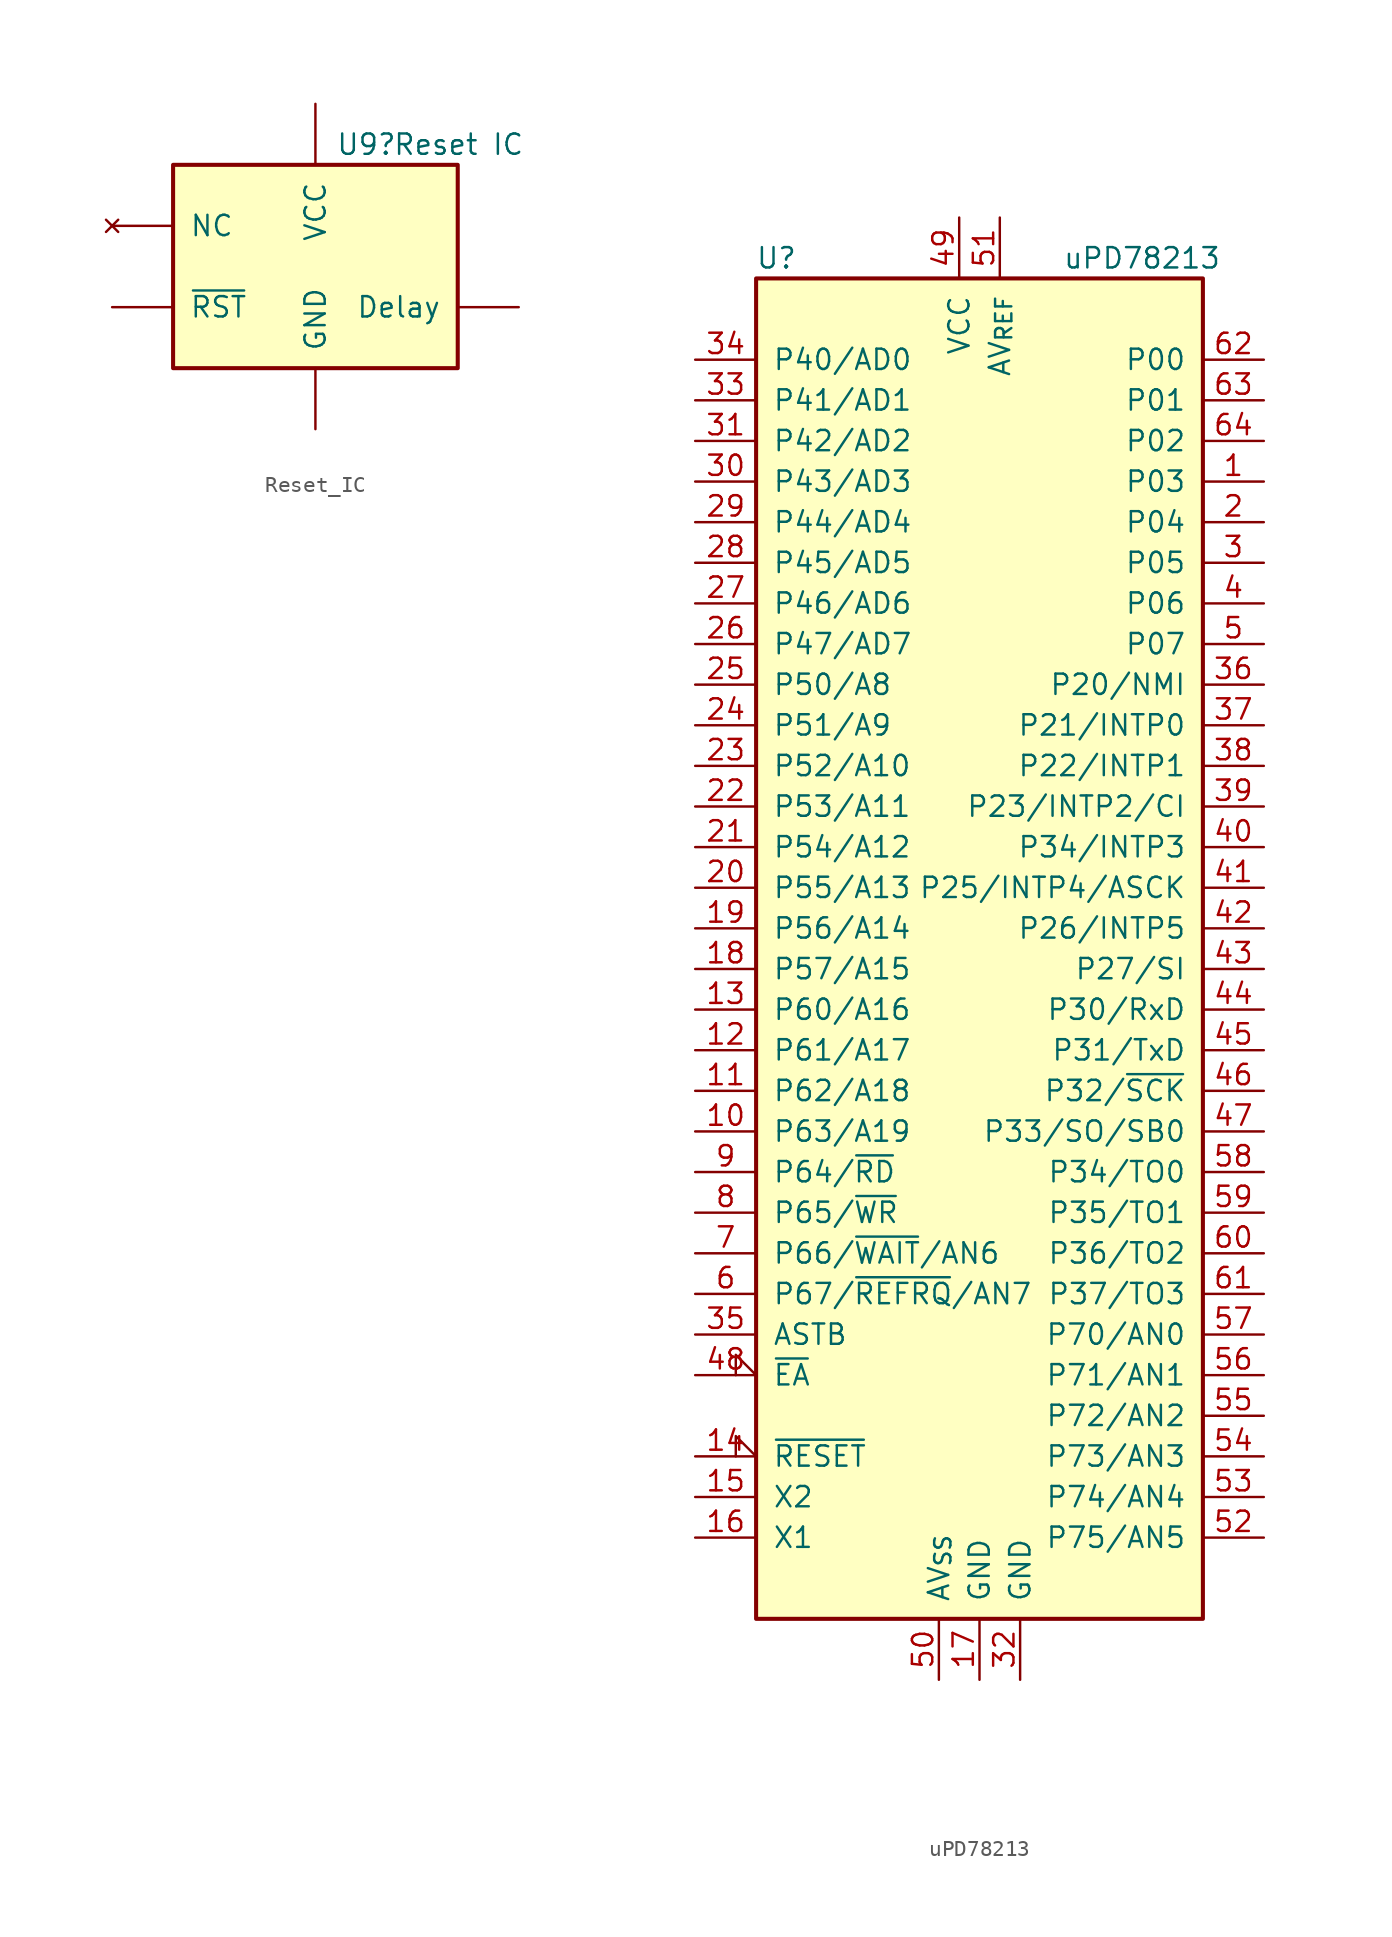
<source format=kicad_sym>
(kicad_symbol_lib
  (version 20231120)
  (generator "kicad_symbol_editor")
  (generator_version "8.0")
  (symbol "Reset_IC"
    (pin_numbers hide)
    (pin_names
      (offset 1.016))
    (property "Reference" "U9"
      (at 1.27 7.62 0)
      (effects (font (size 1.27 1.27)) (justify left)))
    (property "Value" "Reset IC"
      (at 4.826 7.62 0)
      (effects (font (size 1.27 1.27)) (justify left)))
    (symbol "Reset_IC_1_1"
      (rectangle (start -8.89 6.35) (end 8.89 -6.35) (stroke (width 0.254) (type default)) (fill (type background)))
      (pin power_in line (at 0 10.16 270) (length 3.81) (name "VCC" (effects (font (size 1.27 1.27)))) (number "1" (effects (font (size 1.27 1.27)))))
      (pin no_connect line (at -12.7 2.54 0) (length 3.81) (name "NC" (effects (font (size 1.27 1.27)))) (number "2" (effects (font (size 1.27 1.27)))))
      (pin power_in line (at 0 -10.16 90) (length 3.81) (name "GND" (effects (font (size 1.27 1.27)))) (number "3" (effects (font (size 1.27 1.27)))))
      (pin input line (at 12.7 -2.54 180) (length 3.81) (name "Delay" (effects (font (size 1.27 1.27)))) (number "4" (effects (font (size 1.27 1.27)))))
      (pin output line (at -12.7 -2.54 0) (length 3.81) (name "~{RST}" (effects (font (size 1.27 1.27)))) (number "5" (effects (font (size 1.27 1.27)))))))
  (symbol "uPD78213"
    (pin_names
      (offset 1.016))
    (property "Reference" "U"
      (at -12.7 43.18 0)
      (effects (font (size 1.27 1.27))))
    (property "Value" "uPD78213"
      (at 10.16 43.18 0)
      (effects (font (size 1.27 1.27))))
    (symbol "uPD78213_0_1"
      (rectangle (start -13.97 41.91) (end 13.97 -41.91) (stroke (width 0.254) (type default)) (fill (type background))))
    (symbol "uPD78213_1_1"
      (pin output line (at 17.78 29.21 180) (length 3.81) (name "P03" (effects (font (size 1.27 1.27)))) (number "1" (effects (font (size 1.27 1.27)))))
      (pin output line (at -17.78 -11.43 0) (length 3.81) (name "P63/A19" (effects (font (size 1.27 1.27)))) (number "10" (effects (font (size 1.27 1.27)))))
      (pin output line (at -17.78 -8.89 0) (length 3.81) (name "P62/A18" (effects (font (size 1.27 1.27)))) (number "11" (effects (font (size 1.27 1.27)))))
      (pin output line (at -17.78 -6.35 0) (length 3.81) (name "P61/A17" (effects (font (size 1.27 1.27)))) (number "12" (effects (font (size 1.27 1.27)))))
      (pin output line (at -17.78 -3.81 0) (length 3.81) (name "P60/A16" (effects (font (size 1.27 1.27)))) (number "13" (effects (font (size 1.27 1.27)))))
      (pin input input_low (at -17.78 -31.75 0) (length 3.81) (name "~{RESET}" (effects (font (size 1.27 1.27)))) (number "14" (effects (font (size 1.27 1.27)))))
      (pin passive line (at -17.78 -34.29 0) (length 3.81) (name "X2" (effects (font (size 1.27 1.27)))) (number "15" (effects (font (size 1.27 1.27)))))
      (pin input line (at -17.78 -36.83 0) (length 3.81) (name "X1" (effects (font (size 1.27 1.27)))) (number "16" (effects (font (size 1.27 1.27)))))
      (pin power_in line (at 0 -45.72 90) (length 3.81) (name "GND" (effects (font (size 1.27 1.27)))) (number "17" (effects (font (size 1.27 1.27)))))
      (pin bidirectional line (at -17.78 -1.27 0) (length 3.81) (name "P57/A15" (effects (font (size 1.27 1.27)))) (number "18" (effects (font (size 1.27 1.27)))))
      (pin bidirectional line (at -17.78 1.27 0) (length 3.81) (name "P56/A14" (effects (font (size 1.27 1.27)))) (number "19" (effects (font (size 1.27 1.27)))))
      (pin output line (at 17.78 26.67 180) (length 3.81) (name "P04" (effects (font (size 1.27 1.27)))) (number "2" (effects (font (size 1.27 1.27)))))
      (pin bidirectional line (at -17.78 3.81 0) (length 3.81) (name "P55/A13" (effects (font (size 1.27 1.27)))) (number "20" (effects (font (size 1.27 1.27)))))
      (pin bidirectional line (at -17.78 6.35 0) (length 3.81) (name "P54/A12" (effects (font (size 1.27 1.27)))) (number "21" (effects (font (size 1.27 1.27)))))
      (pin bidirectional line (at -17.78 8.89 0) (length 3.81) (name "P53/A11" (effects (font (size 1.27 1.27)))) (number "22" (effects (font (size 1.27 1.27)))))
      (pin bidirectional line (at -17.78 11.43 0) (length 3.81) (name "P52/A10" (effects (font (size 1.27 1.27)))) (number "23" (effects (font (size 1.27 1.27)))))
      (pin bidirectional line (at -17.78 13.97 0) (length 3.81) (name "P51/A9" (effects (font (size 1.27 1.27)))) (number "24" (effects (font (size 1.27 1.27)))))
      (pin bidirectional line (at -17.78 16.51 0) (length 3.81) (name "P50/A8" (effects (font (size 1.27 1.27)))) (number "25" (effects (font (size 1.27 1.27)))))
      (pin bidirectional line (at -17.78 19.05 0) (length 3.81) (name "P47/AD7" (effects (font (size 1.27 1.27)))) (number "26" (effects (font (size 1.27 1.27)))))
      (pin bidirectional line (at -17.78 21.59 0) (length 3.81) (name "P46/AD6" (effects (font (size 1.27 1.27)))) (number "27" (effects (font (size 1.27 1.27)))))
      (pin bidirectional line (at -17.78 24.13 0) (length 3.81) (name "P45/AD5" (effects (font (size 1.27 1.27)))) (number "28" (effects (font (size 1.27 1.27)))))
      (pin bidirectional line (at -17.78 26.67 0) (length 3.81) (name "P44/AD4" (effects (font (size 1.27 1.27)))) (number "29" (effects (font (size 1.27 1.27)))))
      (pin output line (at 17.78 24.13 180) (length 3.81) (name "P05" (effects (font (size 1.27 1.27)))) (number "3" (effects (font (size 1.27 1.27)))))
      (pin bidirectional line (at -17.78 29.21 0) (length 3.81) (name "P43/AD3" (effects (font (size 1.27 1.27)))) (number "30" (effects (font (size 1.27 1.27)))))
      (pin bidirectional line (at -17.78 31.75 0) (length 3.81) (name "P42/AD2" (effects (font (size 1.27 1.27)))) (number "31" (effects (font (size 1.27 1.27)))))
      (pin power_in line (at 2.54 -45.72 90) (length 3.81) (name "GND" (effects (font (size 1.27 1.27)))) (number "32" (effects (font (size 1.27 1.27)))))
      (pin bidirectional line (at -17.78 34.29 0) (length 3.81) (name "P41/AD1" (effects (font (size 1.27 1.27)))) (number "33" (effects (font (size 1.27 1.27)))))
      (pin bidirectional line (at -17.78 36.83 0) (length 3.81) (name "P40/AD0" (effects (font (size 1.27 1.27)))) (number "34" (effects (font (size 1.27 1.27)))))
      (pin output line (at -17.78 -24.13 0) (length 3.81) (name "ASTB" (effects (font (size 1.27 1.27)))) (number "35" (effects (font (size 1.27 1.27)))))
      (pin input line (at 17.78 16.51 180) (length 3.81) (name "P20/NMI" (effects (font (size 1.27 1.27)))) (number "36" (effects (font (size 1.27 1.27)))))
      (pin input line (at 17.78 13.97 180) (length 3.81) (name "P21/INTP0" (effects (font (size 1.27 1.27)))) (number "37" (effects (font (size 1.27 1.27)))))
      (pin input line (at 17.78 11.43 180) (length 3.81) (name "P22/INTP1" (effects (font (size 1.27 1.27)))) (number "38" (effects (font (size 1.27 1.27)))))
      (pin input line (at 17.78 8.89 180) (length 3.81) (name "P23/INTP2/CI" (effects (font (size 1.27 1.27)))) (number "39" (effects (font (size 1.27 1.27)))))
      (pin output line (at 17.78 21.59 180) (length 3.81) (name "P06" (effects (font (size 1.27 1.27)))) (number "4" (effects (font (size 1.27 1.27)))))
      (pin input line (at 17.78 6.35 180) (length 3.81) (name "P34/INTP3" (effects (font (size 1.27 1.27)))) (number "40" (effects (font (size 1.27 1.27)))))
      (pin input line (at 17.78 3.81 180) (length 3.81) (name "P25/INTP4/ASCK" (effects (font (size 1.27 1.27)))) (number "41" (effects (font (size 1.27 1.27)))))
      (pin input line (at 17.78 1.27 180) (length 3.81) (name "P26/INTP5" (effects (font (size 1.27 1.27)))) (number "42" (effects (font (size 1.27 1.27)))))
      (pin input line (at 17.78 -1.27 180) (length 3.81) (name "P27/SI" (effects (font (size 1.27 1.27)))) (number "43" (effects (font (size 1.27 1.27)))))
      (pin bidirectional line (at 17.78 -3.81 180) (length 3.81) (name "P30/RxD" (effects (font (size 1.27 1.27)))) (number "44" (effects (font (size 1.27 1.27)))))
      (pin bidirectional line (at 17.78 -6.35 180) (length 3.81) (name "P31/TxD" (effects (font (size 1.27 1.27)))) (number "45" (effects (font (size 1.27 1.27)))))
      (pin bidirectional line (at 17.78 -8.89 180) (length 3.81) (name "P32/~{SCK}" (effects (font (size 1.27 1.27)))) (number "46" (effects (font (size 1.27 1.27)))))
      (pin bidirectional line (at 17.78 -11.43 180) (length 3.81) (name "P33/SO/SB0" (effects (font (size 1.27 1.27)))) (number "47" (effects (font (size 1.27 1.27)))))
      (pin input input_low (at -17.78 -26.67 0) (length 3.81) (name "~{EA}" (effects (font (size 1.27 1.27)))) (number "48" (effects (font (size 1.27 1.27)))))
      (pin power_in line (at -1.27 45.72 270) (length 3.81) (name "VCC" (effects (font (size 1.27 1.27)))) (number "49" (effects (font (size 1.27 1.27)))))
      (pin bidirectional line (at 17.78 19.05 180) (length 3.81) (name "P07" (effects (font (size 1.27 1.27)))) (number "5" (effects (font (size 1.27 1.27)))))
      (pin power_in line (at -2.54 -45.72 90) (length 3.81) (name "AV_{SS}" (effects (font (size 1.27 1.27)))) (number "50" (effects (font (size 1.27 1.27)))))
      (pin power_in line (at 1.27 45.72 270) (length 3.81) (name "AV_{REF}" (effects (font (size 1.27 1.27)))) (number "51" (effects (font (size 1.27 1.27)))))
      (pin input line (at 17.78 -36.83 180) (length 3.81) (name "P75/AN5" (effects (font (size 1.27 1.27)))) (number "52" (effects (font (size 1.27 1.27)))))
      (pin input line (at 17.78 -34.29 180) (length 3.81) (name "P74/AN4" (effects (font (size 1.27 1.27)))) (number "53" (effects (font (size 1.27 1.27)))))
      (pin input line (at 17.78 -31.75 180) (length 3.81) (name "P73/AN3" (effects (font (size 1.27 1.27)))) (number "54" (effects (font (size 1.27 1.27)))))
      (pin input line (at 17.78 -29.21 180) (length 3.81) (name "P72/AN2" (effects (font (size 1.27 1.27)))) (number "55" (effects (font (size 1.27 1.27)))))
      (pin input line (at 17.78 -26.67 180) (length 3.81) (name "P71/AN1" (effects (font (size 1.27 1.27)))) (number "56" (effects (font (size 1.27 1.27)))))
      (pin input line (at 17.78 -24.13 180) (length 3.81) (name "P70/AN0" (effects (font (size 1.27 1.27)))) (number "57" (effects (font (size 1.27 1.27)))))
      (pin bidirectional line (at 17.78 -13.97 180) (length 3.81) (name "P34/TO0" (effects (font (size 1.27 1.27)))) (number "58" (effects (font (size 1.27 1.27)))))
      (pin bidirectional line (at 17.78 -16.51 180) (length 3.81) (name "P35/TO1" (effects (font (size 1.27 1.27)))) (number "59" (effects (font (size 1.27 1.27)))))
      (pin bidirectional line (at -17.78 -21.59 0) (length 3.81) (name "P67/~{REFRQ}/AN7" (effects (font (size 1.27 1.27)))) (number "6" (effects (font (size 1.27 1.27)))))
      (pin bidirectional line (at 17.78 -19.05 180) (length 3.81) (name "P36/TO2" (effects (font (size 1.27 1.27)))) (number "60" (effects (font (size 1.27 1.27)))))
      (pin bidirectional line (at 17.78 -21.59 180) (length 3.81) (name "P37/TO3" (effects (font (size 1.27 1.27)))) (number "61" (effects (font (size 1.27 1.27)))))
      (pin output line (at 17.78 36.83 180) (length 3.81) (name "P00" (effects (font (size 1.27 1.27)))) (number "62" (effects (font (size 1.27 1.27)))))
      (pin output line (at 17.78 34.29 180) (length 3.81) (name "P01" (effects (font (size 1.27 1.27)))) (number "63" (effects (font (size 1.27 1.27)))))
      (pin output line (at 17.78 31.75 180) (length 3.81) (name "P02" (effects (font (size 1.27 1.27)))) (number "64" (effects (font (size 1.27 1.27)))))
      (pin bidirectional line (at -17.78 -19.05 0) (length 3.81) (name "P66/~{WAIT}/AN6" (effects (font (size 1.27 1.27)))) (number "7" (effects (font (size 1.27 1.27)))))
      (pin bidirectional line (at -17.78 -16.51 0) (length 3.81) (name "P65/~{WR}" (effects (font (size 1.27 1.27)))) (number "8" (effects (font (size 1.27 1.27)))))
      (pin bidirectional line (at -17.78 -13.97 0) (length 3.81) (name "P64/~{RD}" (effects (font (size 1.27 1.27)))) (number "9" (effects (font (size 1.27 1.27))))))))
</source>
